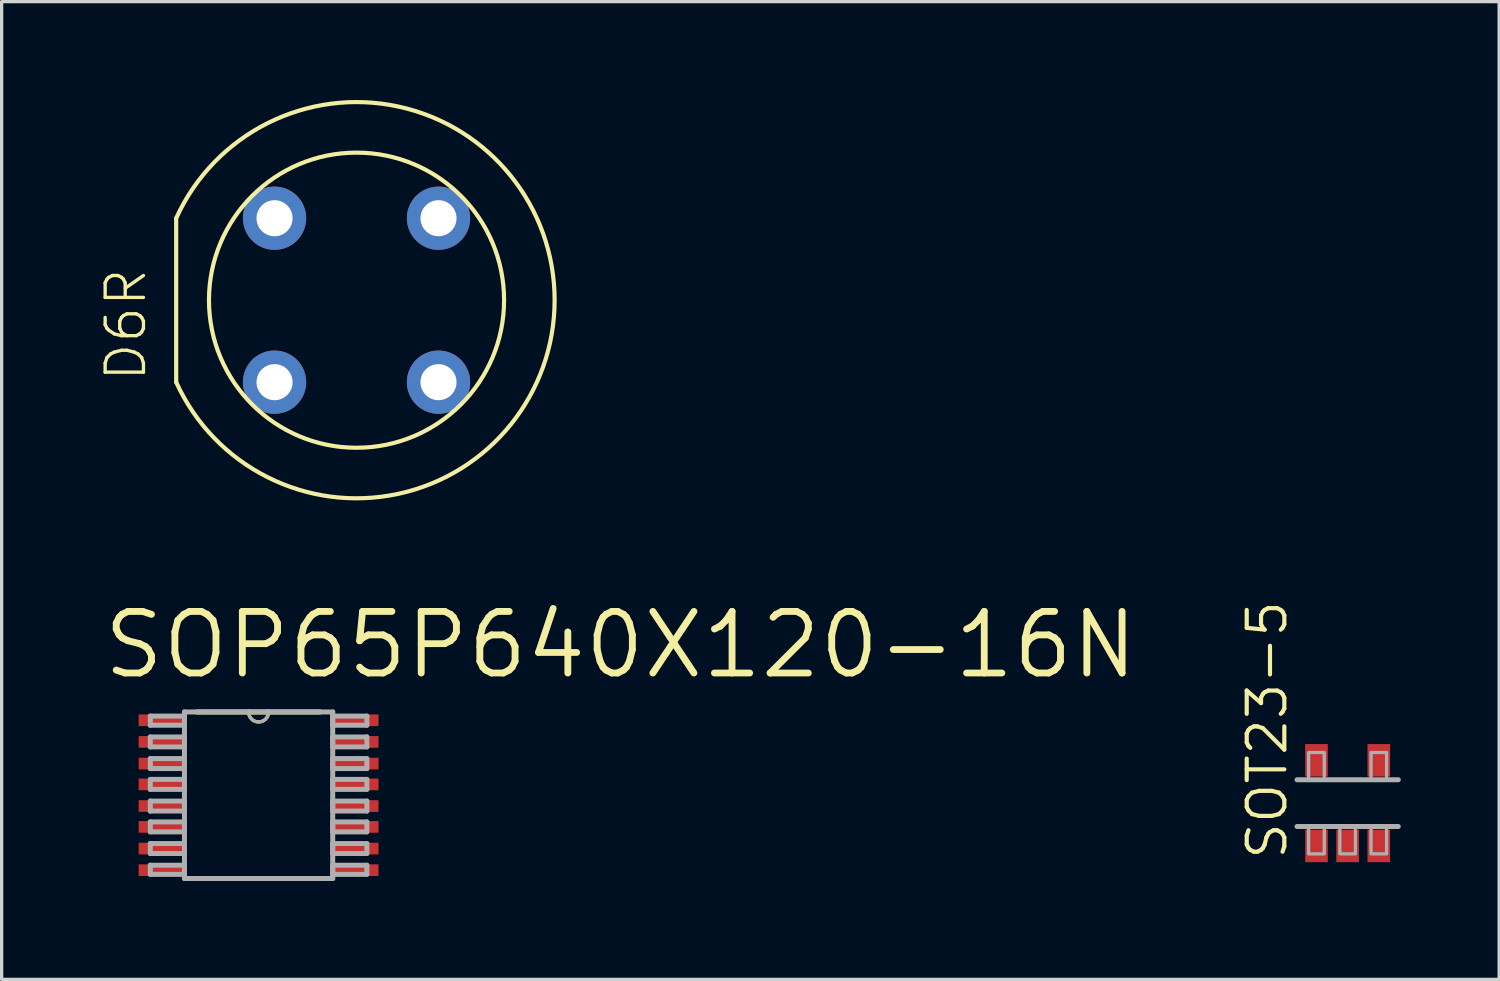
<source format=kicad_pcb>
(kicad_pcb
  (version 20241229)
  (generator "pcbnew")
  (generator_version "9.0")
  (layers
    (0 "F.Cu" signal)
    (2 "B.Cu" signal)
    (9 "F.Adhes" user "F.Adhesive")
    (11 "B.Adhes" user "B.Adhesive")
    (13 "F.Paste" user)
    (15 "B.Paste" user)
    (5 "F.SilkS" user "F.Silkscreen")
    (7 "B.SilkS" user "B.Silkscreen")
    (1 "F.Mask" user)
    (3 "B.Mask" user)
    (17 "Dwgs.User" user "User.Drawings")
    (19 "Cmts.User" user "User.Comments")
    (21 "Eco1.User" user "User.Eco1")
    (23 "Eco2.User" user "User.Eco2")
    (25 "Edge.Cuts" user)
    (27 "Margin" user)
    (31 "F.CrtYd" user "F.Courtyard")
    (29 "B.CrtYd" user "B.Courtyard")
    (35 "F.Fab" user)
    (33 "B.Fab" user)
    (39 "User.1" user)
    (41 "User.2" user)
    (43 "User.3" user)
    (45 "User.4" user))
  (footprint "SOT23-5"
    (layer "F.Cu")
    (at 38.049 21.443)
    (property "Reference" "SOT23-5" (at -1.784 1.784 90) (unlocked yes) (layer "F.SilkS") (effects (font (size 1.147 1.147) (thickness 0.127)) (justify left bottom)))
    (fp_line (start -1.544 -0.713) (end 1.544 -0.713) (stroke (width 0.152) (type solid)) (layer "F.Fab"))
    (fp_line (start 1.544 0.712) (end -1.544 0.712) (stroke (width 0.152) (type solid)) (layer "F.Fab"))
    (fp_poly (pts (xy -1.191 1.548) (xy -0.713 1.548) (xy -0.713 0.712) (xy -1.191 0.712)) (stroke (width 0.1) (type default)) (fill no) (layer "F.Fab"))
    (fp_poly (pts (xy -1.19 -0.714) (xy -0.713 -0.714) (xy -0.713 -1.544) (xy -1.19 -1.544)) (stroke (width 0.1) (type default)) (fill no) (layer "F.Fab"))
    (fp_poly (pts (xy -0.238 1.547) (xy 0.237 1.547) (xy 0.237 0.712) (xy -0.238 0.712)) (stroke (width 0.1) (type default)) (fill no) (layer "F.Fab"))
    (fp_poly (pts (xy 0.714 1.547) (xy 1.188 1.547) (xy 1.188 0.712) (xy 0.714 0.712)) (stroke (width 0.1) (type default)) (fill no) (layer "F.Fab"))
    (fp_poly (pts (xy 0.714 -0.714) (xy 1.188 -0.714) (xy 1.188 -1.544) (xy 0.714 -1.544)) (stroke (width 0.1) (type default)) (fill no) (layer "F.Fab"))
    (pad "1" smd rect (at -0.95 1.306) (size 0.69 0.99) (layers "F.Cu" "F.Mask" "F.Paste"))
    (pad "2" smd rect (at 0 1.306) (size 0.69 0.99) (layers "F.Cu" "F.Mask" "F.Paste"))
    (pad "3" smd rect (at 0.95 1.306) (size 0.69 0.99) (layers "F.Cu" "F.Mask" "F.Paste"))
    (pad "4" smd rect (at 0.95 -1.306) (size 0.69 0.99) (layers "F.Cu" "F.Mask" "F.Paste"))
    (pad "5" smd rect (at -0.95 -1.306) (size 0.69 0.99) (layers "F.Cu" "F.Mask" "F.Paste")))
  (footprint "D6R"
    (layer "F.Cu")
    (at 7.823 6.105)
    (property "Reference" "D6R" (at -6.35 2.54 90) (unlocked yes) (layer "F.SilkS") (effects (font (size 1.168 1.168) (thickness 0.102)) (justify left bottom)))
    (fp_line (start -5.5 -2.5) (end -5.5 2.5) (stroke (width 0.127) (type solid)) (layer "F.SilkS"))
    (fp_arc (start -5.5 -2.5) (mid 6.041523 0) (end -5.5 2.5) (stroke (width 0.127) (type solid)) (layer "F.SilkS"))
    (fp_circle (center 0 0) (end 4.5 0) (stroke (width 0.127) (type solid)) (fill no) (layer "F.SilkS"))
    (pad "A1" thru_hole circle (at -2.5 -2.5) (size 1.93 1.93) (drill 1.1) (layers "*.Cu" "*.Mask"))
    (pad "A2" thru_hole circle (at 2.5 -2.5) (size 1.93 1.93) (drill 1.1) (layers "*.Cu" "*.Mask"))
    (pad "B1" thru_hole circle (at -2.5 2.5) (size 1.93 1.93) (drill 1.1) (layers "*.Cu" "*.Mask"))
    (pad "B2" thru_hole circle (at 2.5 2.5) (size 1.93 1.93) (drill 1.1) (layers "*.Cu" "*.Mask")))
  (footprint "SOP65P640X120-16N"
    (layer "F.Cu")
    (at 4.836 21.202)
    (property "Reference" "SOP65P640X120-16N" (at -4.836 -3.487 0) (unlocked yes) (layer "F.SilkS") (effects (font (size 1.878 1.878) (thickness 0.209)) (justify left bottom)))
    (fp_line (start -1.88 2.54) (end 1.88 2.54) (stroke (width 0.152) (type solid)) (layer "F.SilkS"))
    (fp_line (start -0.305 -2.54) (end -1.88 -2.54) (stroke (width 0.152) (type solid)) (layer "F.SilkS"))
    (fp_line (start 0.305 -2.54) (end -0.305 -2.54) (stroke (width 0.152) (type solid)) (layer "F.SilkS"))
    (fp_line (start 1.88 -2.54) (end 0.305 -2.54) (stroke (width 0.152) (type solid)) (layer "F.SilkS"))
    (fp_arc (start 0.3048 -2.54) (mid 0 -2.2352) (end -0.3048 -2.54) (stroke (width 0.1) (type solid)) (layer "F.SilkS"))
    (fp_line (start -3.302 -2.413) (end -3.302 -2.134) (stroke (width 0.152) (type solid)) (layer "F.Fab"))
    (fp_line (start -3.302 -2.134) (end -2.261 -2.134) (stroke (width 0.152) (type solid)) (layer "F.Fab"))
    (fp_line (start -3.302 -1.778) (end -3.302 -1.473) (stroke (width 0.152) (type solid)) (layer "F.Fab"))
    (fp_line (start -3.302 -1.473) (end -2.261 -1.473) (stroke (width 0.152) (type solid)) (layer "F.Fab"))
    (fp_line (start -3.302 -1.118) (end -3.302 -0.813) (stroke (width 0.152) (type solid)) (layer "F.Fab"))
    (fp_line (start -3.302 -0.813) (end -2.261 -0.813) (stroke (width 0.152) (type solid)) (layer "F.Fab"))
    (fp_line (start -3.302 -0.483) (end -3.302 -0.178) (stroke (width 0.152) (type solid)) (layer "F.Fab"))
    (fp_line (start -3.302 -0.178) (end -2.261 -0.178) (stroke (width 0.152) (type solid)) (layer "F.Fab"))
    (fp_line (start -3.302 0.178) (end -3.302 0.483) (stroke (width 0.152) (type solid)) (layer "F.Fab"))
    (fp_line (start -3.302 0.483) (end -2.261 0.483) (stroke (width 0.152) (type solid)) (layer "F.Fab"))
    (fp_line (start -3.302 0.813) (end -3.302 1.118) (stroke (width 0.152) (type solid)) (layer "F.Fab"))
    (fp_line (start -3.302 1.118) (end -2.261 1.118) (stroke (width 0.152) (type solid)) (layer "F.Fab"))
    (fp_line (start -3.302 1.473) (end -3.302 1.778) (stroke (width 0.152) (type solid)) (layer "F.Fab"))
    (fp_line (start -3.302 1.778) (end -2.261 1.778) (stroke (width 0.152) (type solid)) (layer "F.Fab"))
    (fp_line (start -3.302 2.134) (end -3.302 2.413) (stroke (width 0.152) (type solid)) (layer "F.Fab"))
    (fp_line (start -3.302 2.413) (end -2.261 2.413) (stroke (width 0.152) (type solid)) (layer "F.Fab"))
    (fp_line (start -2.261 -2.54) (end -2.261 2.54) (stroke (width 0.152) (type solid)) (layer "F.Fab"))
    (fp_line (start -2.261 -2.413) (end -3.302 -2.413) (stroke (width 0.152) (type solid)) (layer "F.Fab"))
    (fp_line (start -2.261 -2.134) (end -2.261 -2.413) (stroke (width 0.152) (type solid)) (layer "F.Fab"))
    (fp_line (start -2.261 -1.778) (end -3.302 -1.778) (stroke (width 0.152) (type solid)) (layer "F.Fab"))
    (fp_line (start -2.261 -1.473) (end -2.261 -1.778) (stroke (width 0.152) (type solid)) (layer "F.Fab"))
    (fp_line (start -2.261 -1.118) (end -3.302 -1.118) (stroke (width 0.152) (type solid)) (layer "F.Fab"))
    (fp_line (start -2.261 -0.813) (end -2.261 -1.118) (stroke (width 0.152) (type solid)) (layer "F.Fab"))
    (fp_line (start -2.261 -0.483) (end -3.302 -0.483) (stroke (width 0.152) (type solid)) (layer "F.Fab"))
    (fp_line (start -2.261 -0.178) (end -2.261 -0.483) (stroke (width 0.152) (type solid)) (layer "F.Fab"))
    (fp_line (start -2.261 0.178) (end -3.302 0.178) (stroke (width 0.152) (type solid)) (layer "F.Fab"))
    (fp_line (start -2.261 0.483) (end -2.261 0.178) (stroke (width 0.152) (type solid)) (layer "F.Fab"))
    (fp_line (start -2.261 0.813) (end -3.302 0.813) (stroke (width 0.152) (type solid)) (layer "F.Fab"))
    (fp_line (start -2.261 1.118) (end -2.261 0.813) (stroke (width 0.152) (type solid)) (layer "F.Fab"))
    (fp_line (start -2.261 1.473) (end -3.302 1.473) (stroke (width 0.152) (type solid)) (layer "F.Fab"))
    (fp_line (start -2.261 1.778) (end -2.261 1.473) (stroke (width 0.152) (type solid)) (layer "F.Fab"))
    (fp_line (start -2.261 2.134) (end -3.302 2.134) (stroke (width 0.152) (type solid)) (layer "F.Fab"))
    (fp_line (start -2.261 2.413) (end -2.261 2.134) (stroke (width 0.152) (type solid)) (layer "F.Fab"))
    (fp_line (start -2.261 2.54) (end 2.261 2.54) (stroke (width 0.152) (type solid)) (layer "F.Fab"))
    (fp_line (start -0.305 -2.54) (end -2.261 -2.54) (stroke (width 0.152) (type solid)) (layer "F.Fab"))
    (fp_line (start 0.305 -2.54) (end -0.305 -2.54) (stroke (width 0.152) (type solid)) (layer "F.Fab"))
    (fp_line (start 2.261 -2.54) (end 0.305 -2.54) (stroke (width 0.152) (type solid)) (layer "F.Fab"))
    (fp_line (start 2.261 -2.413) (end 2.261 -2.134) (stroke (width 0.152) (type solid)) (layer "F.Fab"))
    (fp_line (start 2.261 -2.134) (end 3.302 -2.134) (stroke (width 0.152) (type solid)) (layer "F.Fab"))
    (fp_line (start 2.261 -1.778) (end 2.261 -1.473) (stroke (width 0.152) (type solid)) (layer "F.Fab"))
    (fp_line (start 2.261 -1.473) (end 3.302 -1.473) (stroke (width 0.152) (type solid)) (layer "F.Fab"))
    (fp_line (start 2.261 -1.118) (end 2.261 -0.813) (stroke (width 0.152) (type solid)) (layer "F.Fab"))
    (fp_line (start 2.261 -0.813) (end 3.302 -0.813) (stroke (width 0.152) (type solid)) (layer "F.Fab"))
    (fp_line (start 2.261 -0.483) (end 2.261 -0.178) (stroke (width 0.152) (type solid)) (layer "F.Fab"))
    (fp_line (start 2.261 -0.178) (end 3.302 -0.178) (stroke (width 0.152) (type solid)) (layer "F.Fab"))
    (fp_line (start 2.261 0.178) (end 2.261 0.483) (stroke (width 0.152) (type solid)) (layer "F.Fab"))
    (fp_line (start 2.261 0.483) (end 3.302 0.483) (stroke (width 0.152) (type solid)) (layer "F.Fab"))
    (fp_line (start 2.261 0.813) (end 2.261 1.118) (stroke (width 0.152) (type solid)) (layer "F.Fab"))
    (fp_line (start 2.261 1.118) (end 3.302 1.118) (stroke (width 0.152) (type solid)) (layer "F.Fab"))
    (fp_line (start 2.261 1.473) (end 2.261 1.778) (stroke (width 0.152) (type solid)) (layer "F.Fab"))
    (fp_line (start 2.261 1.778) (end 3.302 1.778) (stroke (width 0.152) (type solid)) (layer "F.Fab"))
    (fp_line (start 2.261 2.134) (end 2.261 2.413) (stroke (width 0.152) (type solid)) (layer "F.Fab"))
    (fp_line (start 2.261 2.413) (end 3.302 2.413) (stroke (width 0.152) (type solid)) (layer "F.Fab"))
    (fp_line (start 2.261 2.54) (end 2.261 -2.54) (stroke (width 0.152) (type solid)) (layer "F.Fab"))
    (fp_line (start 3.302 -2.413) (end 2.261 -2.413) (stroke (width 0.152) (type solid)) (layer "F.Fab"))
    (fp_line (start 3.302 -2.134) (end 3.302 -2.413) (stroke (width 0.152) (type solid)) (layer "F.Fab"))
    (fp_line (start 3.302 -1.778) (end 2.261 -1.778) (stroke (width 0.152) (type solid)) (layer "F.Fab"))
    (fp_line (start 3.302 -1.473) (end 3.302 -1.778) (stroke (width 0.152) (type solid)) (layer "F.Fab"))
    (fp_line (start 3.302 -1.118) (end 2.261 -1.118) (stroke (width 0.152) (type solid)) (layer "F.Fab"))
    (fp_line (start 3.302 -0.813) (end 3.302 -1.118) (stroke (width 0.152) (type solid)) (layer "F.Fab"))
    (fp_line (start 3.302 -0.483) (end 2.261 -0.483) (stroke (width 0.152) (type solid)) (layer "F.Fab"))
    (fp_line (start 3.302 -0.178) (end 3.302 -0.483) (stroke (width 0.152) (type solid)) (layer "F.Fab"))
    (fp_line (start 3.302 0.178) (end 2.261 0.178) (stroke (width 0.152) (type solid)) (layer "F.Fab"))
    (fp_line (start 3.302 0.483) (end 3.302 0.178) (stroke (width 0.152) (type solid)) (layer "F.Fab"))
    (fp_line (start 3.302 0.813) (end 2.261 0.813) (stroke (width 0.152) (type solid)) (layer "F.Fab"))
    (fp_line (start 3.302 1.118) (end 3.302 0.813) (stroke (width 0.152) (type solid)) (layer "F.Fab"))
    (fp_line (start 3.302 1.473) (end 2.261 1.473) (stroke (width 0.152) (type solid)) (layer "F.Fab"))
    (fp_line (start 3.302 1.778) (end 3.302 1.473) (stroke (width 0.152) (type solid)) (layer "F.Fab"))
    (fp_line (start 3.302 2.134) (end 2.261 2.134) (stroke (width 0.152) (type solid)) (layer "F.Fab"))
    (fp_line (start 3.302 2.413) (end 3.302 2.134) (stroke (width 0.152) (type solid)) (layer "F.Fab"))
    (fp_arc (start 0.3048 -2.54) (mid 0 -2.2352) (end -0.3048 -2.54) (stroke (width 0.1) (type solid)) (layer "F.Fab"))
    (pad "1" smd rect (at -2.921 -2.286) (size 1.473 0.356) (layers "F.Cu" "F.Mask" "F.Paste"))
    (pad "2" smd rect (at -2.921 -1.626) (size 1.473 0.356) (layers "F.Cu" "F.Mask" "F.Paste"))
    (pad "3" smd rect (at -2.921 -0.965) (size 1.473 0.356) (layers "F.Cu" "F.Mask" "F.Paste"))
    (pad "4" smd rect (at -2.921 -0.33) (size 1.473 0.356) (layers "F.Cu" "F.Mask" "F.Paste"))
    (pad "5" smd rect (at -2.921 0.33) (size 1.473 0.356) (layers "F.Cu" "F.Mask" "F.Paste"))
    (pad "6" smd rect (at -2.921 0.965) (size 1.473 0.356) (layers "F.Cu" "F.Mask" "F.Paste"))
    (pad "7" smd rect (at -2.921 1.626) (size 1.473 0.356) (layers "F.Cu" "F.Mask" "F.Paste"))
    (pad "8" smd rect (at -2.921 2.286) (size 1.473 0.356) (layers "F.Cu" "F.Mask" "F.Paste"))
    (pad "9" smd rect (at 2.921 2.286) (size 1.473 0.356) (layers "F.Cu" "F.Mask" "F.Paste"))
    (pad "10" smd rect (at 2.921 1.626) (size 1.473 0.356) (layers "F.Cu" "F.Mask" "F.Paste"))
    (pad "11" smd rect (at 2.921 0.965) (size 1.473 0.356) (layers "F.Cu" "F.Mask" "F.Paste"))
    (pad "12" smd rect (at 2.921 0.33) (size 1.473 0.356) (layers "F.Cu" "F.Mask" "F.Paste"))
    (pad "13" smd rect (at 2.921 -0.33) (size 1.473 0.356) (layers "F.Cu" "F.Mask" "F.Paste"))
    (pad "14" smd rect (at 2.921 -0.965) (size 1.473 0.356) (layers "F.Cu" "F.Mask" "F.Paste"))
    (pad "15" smd rect (at 2.921 -1.626) (size 1.473 0.356) (layers "F.Cu" "F.Mask" "F.Paste"))
    (pad "16" smd rect (at 2.921 -2.286) (size 1.473 0.356) (layers "F.Cu" "F.Mask" "F.Paste")))
  (gr_rect
    (start -3 -3)
    (end 42.669 26.818)
    (stroke (width 0.1) (type default))
    (fill no)
    (layer "Edge.Cuts")))
</source>
